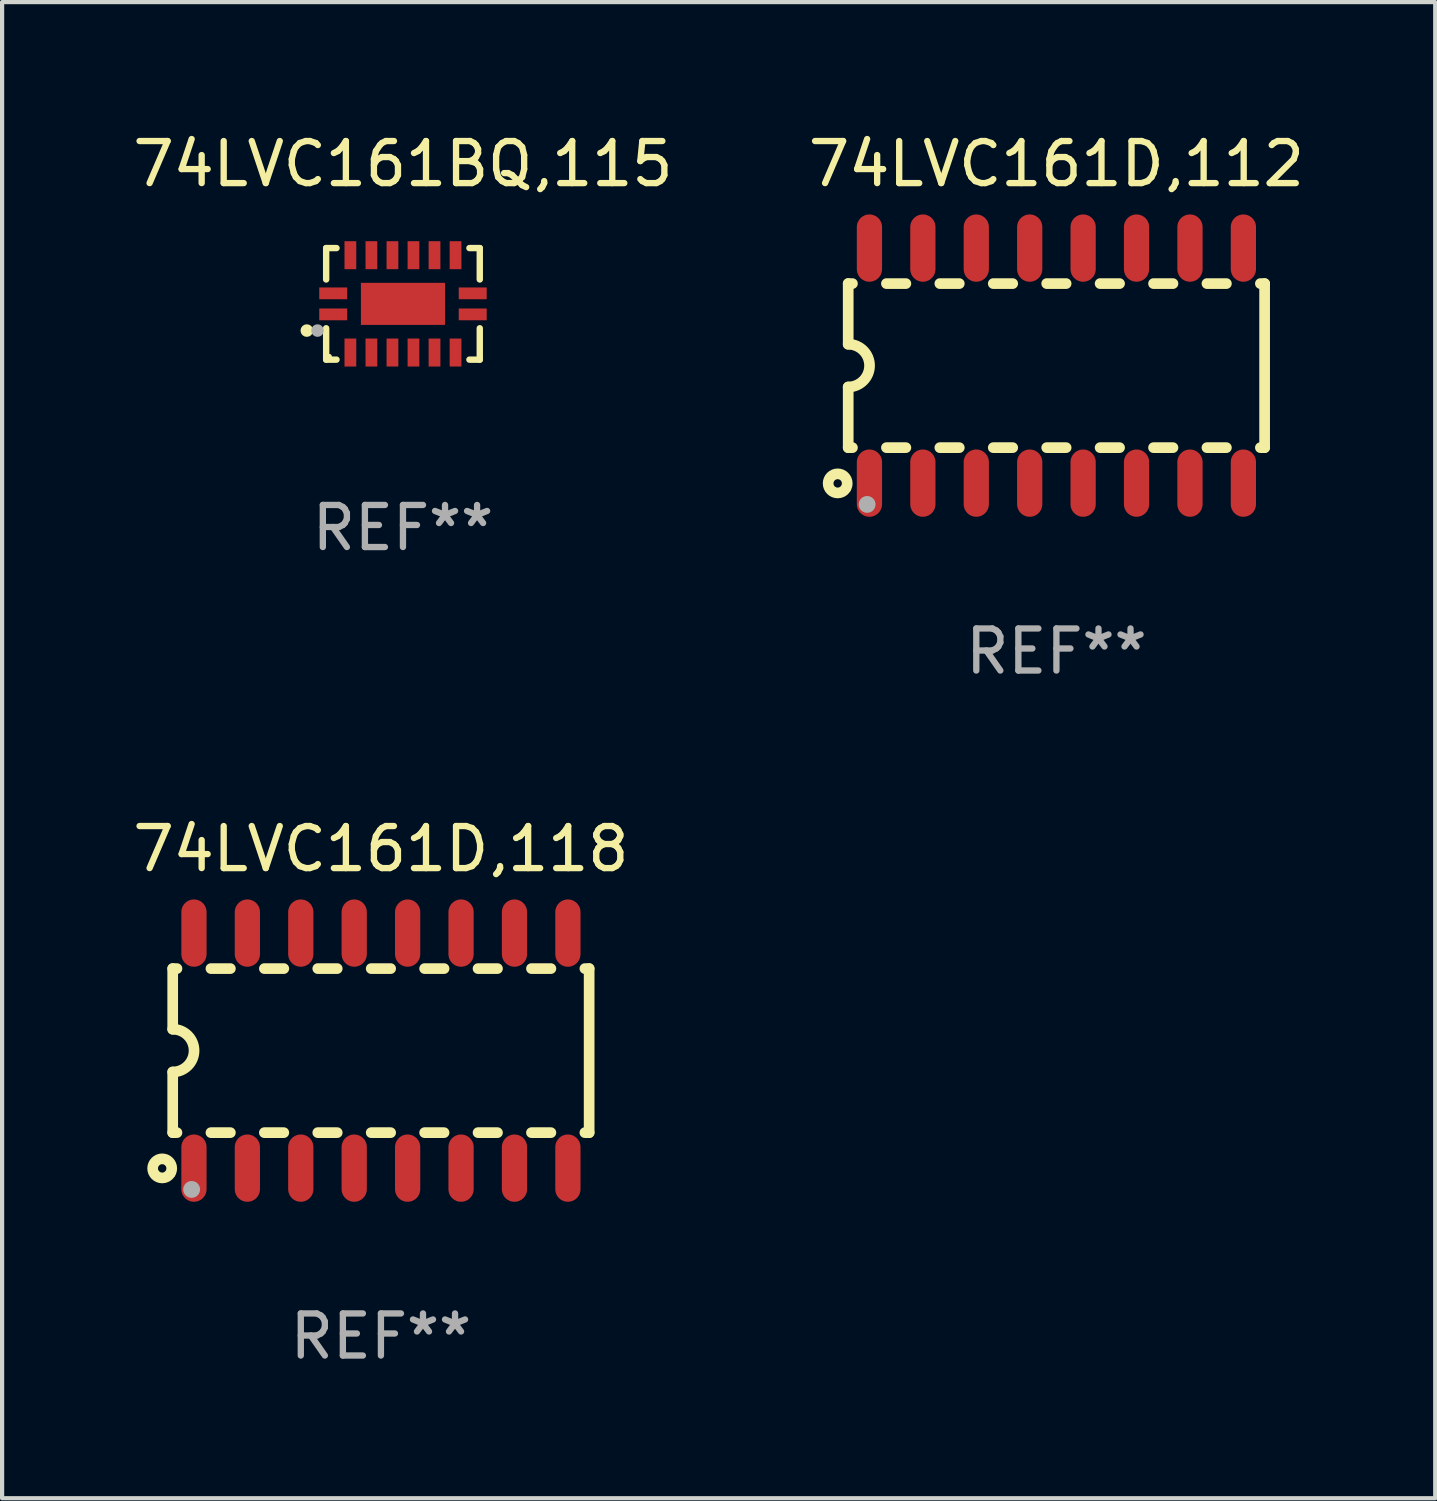
<source format=kicad_pcb>
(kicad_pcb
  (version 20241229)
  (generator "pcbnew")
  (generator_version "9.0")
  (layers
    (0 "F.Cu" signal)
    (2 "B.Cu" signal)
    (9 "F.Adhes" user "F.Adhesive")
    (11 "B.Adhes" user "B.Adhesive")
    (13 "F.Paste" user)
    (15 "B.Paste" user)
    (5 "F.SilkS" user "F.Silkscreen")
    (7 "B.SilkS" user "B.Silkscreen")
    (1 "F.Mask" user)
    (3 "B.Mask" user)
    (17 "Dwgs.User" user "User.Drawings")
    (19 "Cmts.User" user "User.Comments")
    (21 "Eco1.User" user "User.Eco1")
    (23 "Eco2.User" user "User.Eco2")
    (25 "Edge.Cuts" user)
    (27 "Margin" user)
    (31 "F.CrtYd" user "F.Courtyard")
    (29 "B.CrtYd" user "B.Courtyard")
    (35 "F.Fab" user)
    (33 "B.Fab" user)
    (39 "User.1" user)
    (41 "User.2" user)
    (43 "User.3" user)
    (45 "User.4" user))
  (footprint "74LVC161D,118"
    (layer "F.Cu")
    (at 6.006 21.927)
    (property "Reference" "74LVC161D,118" (at 0 -4.794 0) (layer "F.SilkS") (effects (font (size 1 1) (thickness 0.15))))
    (attr through_hole)
    (fp_line (start -4.95 -1.95) (end -4.95 -0.508) (stroke (width 0.254) (type solid)) (layer "F.SilkS"))
    (fp_line (start -4.95 -1.95) (end -4.849 -1.95) (stroke (width 0.254) (type solid)) (layer "F.SilkS"))
    (fp_line (start -4.95 1.95) (end -4.95 0.508) (stroke (width 0.254) (type solid)) (layer "F.SilkS"))
    (fp_line (start -4.95 1.95) (end -4.849 1.95) (stroke (width 0.254) (type solid)) (layer "F.SilkS"))
    (fp_line (start -4.041 -1.95) (end -3.579 -1.95) (stroke (width 0.254) (type solid)) (layer "F.SilkS"))
    (fp_line (start -4.041 1.95) (end -3.579 1.95) (stroke (width 0.254) (type solid)) (layer "F.SilkS"))
    (fp_line (start -2.771 -1.95) (end -2.309 -1.95) (stroke (width 0.254) (type solid)) (layer "F.SilkS"))
    (fp_line (start -2.771 1.95) (end -2.309 1.95) (stroke (width 0.254) (type solid)) (layer "F.SilkS"))
    (fp_line (start -1.501 -1.95) (end -1.039 -1.95) (stroke (width 0.254) (type solid)) (layer "F.SilkS"))
    (fp_line (start -1.501 1.95) (end -1.039 1.95) (stroke (width 0.254) (type solid)) (layer "F.SilkS"))
    (fp_line (start -0.231 -1.95) (end 0.231 -1.95) (stroke (width 0.254) (type solid)) (layer "F.SilkS"))
    (fp_line (start -0.231 1.95) (end 0.231 1.95) (stroke (width 0.254) (type solid)) (layer "F.SilkS"))
    (fp_line (start 1.039 -1.95) (end 1.501 -1.95) (stroke (width 0.254) (type solid)) (layer "F.SilkS"))
    (fp_line (start 1.039 1.95) (end 1.501 1.95) (stroke (width 0.254) (type solid)) (layer "F.SilkS"))
    (fp_line (start 2.309 -1.95) (end 2.771 -1.95) (stroke (width 0.254) (type solid)) (layer "F.SilkS"))
    (fp_line (start 2.309 1.95) (end 2.771 1.95) (stroke (width 0.254) (type solid)) (layer "F.SilkS"))
    (fp_line (start 3.579 -1.95) (end 4.041 -1.95) (stroke (width 0.254) (type solid)) (layer "F.SilkS"))
    (fp_line (start 3.579 1.95) (end 4.041 1.95) (stroke (width 0.254) (type solid)) (layer "F.SilkS"))
    (fp_line (start 4.849 -1.95) (end 4.95 -1.95) (stroke (width 0.254) (type solid)) (layer "F.SilkS"))
    (fp_line (start 4.849 1.95) (end 4.95 1.95) (stroke (width 0.254) (type solid)) (layer "F.SilkS"))
    (fp_line (start 4.95 -1.95) (end 4.95 1.95) (stroke (width 0.254) (type solid)) (layer "F.SilkS"))
    (fp_arc (start -4.95047 -0.508001) (mid -4.442469 -0.000228) (end -4.950013 0.508001) (stroke (width 0.254001) (type solid)) (layer "F.SilkS"))
    (fp_circle (center -5.2 2.8) (end -5.1 2.8) (stroke (width 0.254) (type solid)) (fill no) (layer "F.SilkS"))
    (fp_circle (center -4.95 2.947) (end -4.92 2.947) (stroke (width 0.06) (type solid)) (fill no) (layer "F.SilkS"))
    (fp_circle (center -4.5 3.3) (end -4.4 3.3) (stroke (width 0.2) (type solid)) (fill no) (layer "F.Fab"))
    (fp_text user "REF**" (at 0 6.794 0) (layer "F.Fab") (effects (font (size 1 1) (thickness 0.15))))
    (pad "1" smd oval (at -4.445 2.794) (size 0.6 1.6) (layers "F.Cu" "F.Mask" "F.Paste"))
    (pad "2" smd oval (at -3.175 2.794) (size 0.6 1.6) (layers "F.Cu" "F.Mask" "F.Paste"))
    (pad "3" smd oval (at -1.905 2.794) (size 0.6 1.6) (layers "F.Cu" "F.Mask" "F.Paste"))
    (pad "4" smd oval (at -0.635 2.794) (size 0.6 1.6) (layers "F.Cu" "F.Mask" "F.Paste"))
    (pad "5" smd oval (at 0.635 2.794) (size 0.6 1.6) (layers "F.Cu" "F.Mask" "F.Paste"))
    (pad "6" smd oval (at 1.905 2.794) (size 0.6 1.6) (layers "F.Cu" "F.Mask" "F.Paste"))
    (pad "7" smd oval (at 3.175 2.794) (size 0.6 1.6) (layers "F.Cu" "F.Mask" "F.Paste"))
    (pad "8" smd oval (at 4.445 2.794) (size 0.6 1.6) (layers "F.Cu" "F.Mask" "F.Paste"))
    (pad "9" smd oval (at 4.445 -2.794) (size 0.6 1.6) (layers "F.Cu" "F.Mask" "F.Paste"))
    (pad "10" smd oval (at 3.175 -2.794) (size 0.6 1.6) (layers "F.Cu" "F.Mask" "F.Paste"))
    (pad "11" smd oval (at 1.905 -2.794) (size 0.6 1.6) (layers "F.Cu" "F.Mask" "F.Paste"))
    (pad "12" smd oval (at 0.635 -2.794) (size 0.6 1.6) (layers "F.Cu" "F.Mask" "F.Paste"))
    (pad "13" smd oval (at -0.635 -2.794) (size 0.6 1.6) (layers "F.Cu" "F.Mask" "F.Paste"))
    (pad "14" smd oval (at -1.905 -2.794) (size 0.6 1.6) (layers "F.Cu" "F.Mask" "F.Paste"))
    (pad "15" smd oval (at -3.175 -2.794) (size 0.6 1.6) (layers "F.Cu" "F.Mask" "F.Paste"))
    (pad "16" smd oval (at -4.445 -2.794) (size 0.6 1.6) (layers "F.Cu" "F.Mask" "F.Paste")))
  (footprint "74LVC161D,112"
    (layer "F.Cu")
    (at 22.065 5.642)
    (property "Reference" "74LVC161D,112" (at 0 -4.794 0) (layer "F.SilkS") (effects (font (size 1 1) (thickness 0.15))))
    (attr through_hole)
    (fp_line (start -4.95 -1.95) (end -4.95 -0.508) (stroke (width 0.254) (type solid)) (layer "F.SilkS"))
    (fp_line (start -4.95 -1.95) (end -4.849 -1.95) (stroke (width 0.254) (type solid)) (layer "F.SilkS"))
    (fp_line (start -4.95 1.95) (end -4.95 0.508) (stroke (width 0.254) (type solid)) (layer "F.SilkS"))
    (fp_line (start -4.95 1.95) (end -4.849 1.95) (stroke (width 0.254) (type solid)) (layer "F.SilkS"))
    (fp_line (start -4.041 -1.95) (end -3.579 -1.95) (stroke (width 0.254) (type solid)) (layer "F.SilkS"))
    (fp_line (start -4.041 1.95) (end -3.579 1.95) (stroke (width 0.254) (type solid)) (layer "F.SilkS"))
    (fp_line (start -2.771 -1.95) (end -2.309 -1.95) (stroke (width 0.254) (type solid)) (layer "F.SilkS"))
    (fp_line (start -2.771 1.95) (end -2.309 1.95) (stroke (width 0.254) (type solid)) (layer "F.SilkS"))
    (fp_line (start -1.501 -1.95) (end -1.039 -1.95) (stroke (width 0.254) (type solid)) (layer "F.SilkS"))
    (fp_line (start -1.501 1.95) (end -1.039 1.95) (stroke (width 0.254) (type solid)) (layer "F.SilkS"))
    (fp_line (start -0.231 -1.95) (end 0.231 -1.95) (stroke (width 0.254) (type solid)) (layer "F.SilkS"))
    (fp_line (start -0.231 1.95) (end 0.231 1.95) (stroke (width 0.254) (type solid)) (layer "F.SilkS"))
    (fp_line (start 1.039 -1.95) (end 1.501 -1.95) (stroke (width 0.254) (type solid)) (layer "F.SilkS"))
    (fp_line (start 1.039 1.95) (end 1.501 1.95) (stroke (width 0.254) (type solid)) (layer "F.SilkS"))
    (fp_line (start 2.309 -1.95) (end 2.771 -1.95) (stroke (width 0.254) (type solid)) (layer "F.SilkS"))
    (fp_line (start 2.309 1.95) (end 2.771 1.95) (stroke (width 0.254) (type solid)) (layer "F.SilkS"))
    (fp_line (start 3.579 -1.95) (end 4.041 -1.95) (stroke (width 0.254) (type solid)) (layer "F.SilkS"))
    (fp_line (start 3.579 1.95) (end 4.041 1.95) (stroke (width 0.254) (type solid)) (layer "F.SilkS"))
    (fp_line (start 4.849 -1.95) (end 4.95 -1.95) (stroke (width 0.254) (type solid)) (layer "F.SilkS"))
    (fp_line (start 4.849 1.95) (end 4.95 1.95) (stroke (width 0.254) (type solid)) (layer "F.SilkS"))
    (fp_line (start 4.95 -1.95) (end 4.95 1.95) (stroke (width 0.254) (type solid)) (layer "F.SilkS"))
    (fp_arc (start -4.95047 -0.508001) (mid -4.442469 -0.000228) (end -4.950013 0.508001) (stroke (width 0.254001) (type solid)) (layer "F.SilkS"))
    (fp_circle (center -5.2 2.8) (end -5.1 2.8) (stroke (width 0.254) (type solid)) (fill no) (layer "F.SilkS"))
    (fp_circle (center -4.95 2.947) (end -4.92 2.947) (stroke (width 0.06) (type solid)) (fill no) (layer "F.SilkS"))
    (fp_circle (center -4.5 3.3) (end -4.4 3.3) (stroke (width 0.2) (type solid)) (fill no) (layer "F.Fab"))
    (fp_text user "REF**" (at 0 6.794 0) (layer "F.Fab") (effects (font (size 1 1) (thickness 0.15))))
    (pad "1" smd oval (at -4.445 2.794) (size 0.6 1.6) (layers "F.Cu" "F.Mask" "F.Paste"))
    (pad "2" smd oval (at -3.175 2.794) (size 0.6 1.6) (layers "F.Cu" "F.Mask" "F.Paste"))
    (pad "3" smd oval (at -1.905 2.794) (size 0.6 1.6) (layers "F.Cu" "F.Mask" "F.Paste"))
    (pad "4" smd oval (at -0.635 2.794) (size 0.6 1.6) (layers "F.Cu" "F.Mask" "F.Paste"))
    (pad "5" smd oval (at 0.635 2.794) (size 0.6 1.6) (layers "F.Cu" "F.Mask" "F.Paste"))
    (pad "6" smd oval (at 1.905 2.794) (size 0.6 1.6) (layers "F.Cu" "F.Mask" "F.Paste"))
    (pad "7" smd oval (at 3.175 2.794) (size 0.6 1.6) (layers "F.Cu" "F.Mask" "F.Paste"))
    (pad "8" smd oval (at 4.445 2.794) (size 0.6 1.6) (layers "F.Cu" "F.Mask" "F.Paste"))
    (pad "9" smd oval (at 4.445 -2.794) (size 0.6 1.6) (layers "F.Cu" "F.Mask" "F.Paste"))
    (pad "10" smd oval (at 3.175 -2.794) (size 0.6 1.6) (layers "F.Cu" "F.Mask" "F.Paste"))
    (pad "11" smd oval (at 1.905 -2.794) (size 0.6 1.6) (layers "F.Cu" "F.Mask" "F.Paste"))
    (pad "12" smd oval (at 0.635 -2.794) (size 0.6 1.6) (layers "F.Cu" "F.Mask" "F.Paste"))
    (pad "13" smd oval (at -0.635 -2.794) (size 0.6 1.6) (layers "F.Cu" "F.Mask" "F.Paste"))
    (pad "14" smd oval (at -1.905 -2.794) (size 0.6 1.6) (layers "F.Cu" "F.Mask" "F.Paste"))
    (pad "15" smd oval (at -3.175 -2.794) (size 0.6 1.6) (layers "F.Cu" "F.Mask" "F.Paste"))
    (pad "16" smd oval (at -4.445 -2.794) (size 0.6 1.6) (layers "F.Cu" "F.Mask" "F.Paste")))
  (footprint "74LVC161BQ,115"
    (layer "F.Cu")
    (at 6.53 4.174)
    (property "Reference" "74LVC161BQ,115" (at 0 -3.326 0) (layer "F.SilkS") (effects (font (size 1 1) (thickness 0.15))))
    (attr through_hole)
    (fp_line (start -1.826 -1.326) (end -1.58 -1.326) (stroke (width 0.152) (type solid)) (layer "F.SilkS"))
    (fp_line (start -1.826 -0.58) (end -1.826 -1.326) (stroke (width 0.152) (type solid)) (layer "F.SilkS"))
    (fp_line (start -1.826 0.58) (end -1.826 1.326) (stroke (width 0.152) (type solid)) (layer "F.SilkS"))
    (fp_line (start -1.826 1.326) (end -1.58 1.326) (stroke (width 0.152) (type solid)) (layer "F.SilkS"))
    (fp_line (start 1.826 -1.326) (end 1.58 -1.326) (stroke (width 0.152) (type solid)) (layer "F.SilkS"))
    (fp_line (start 1.826 -0.58) (end 1.826 -1.326) (stroke (width 0.152) (type solid)) (layer "F.SilkS"))
    (fp_line (start 1.826 0.58) (end 1.826 1.326) (stroke (width 0.152) (type solid)) (layer "F.SilkS"))
    (fp_line (start 1.826 1.326) (end 1.58 1.326) (stroke (width 0.152) (type solid)) (layer "F.SilkS"))
    (fp_circle (center -2.286 0.635) (end -2.211 0.635) (stroke (width 0.15) (type solid)) (fill no) (layer "F.SilkS"))
    (fp_circle (center -1.75 1.25) (end -1.72 1.25) (stroke (width 0.06) (type solid)) (fill no) (layer "F.SilkS"))
    (fp_circle (center -2.032 0.635) (end -1.957 0.635) (stroke (width 0.15) (type solid)) (fill no) (layer "F.Fab"))
    (fp_text user "REF**" (at 0 5.326 0) (layer "F.Fab") (effects (font (size 1 1) (thickness 0.15))))
    (pad "1" smd rect (at -1.658 0.25) (size 0.665 0.28) (layers "F.Cu" "F.Mask" "F.Paste"))
    (pad "2" smd rect (at -1.25 1.157) (size 0.28 0.665) (layers "F.Cu" "F.Mask" "F.Paste"))
    (pad "3" smd rect (at -0.75 1.157) (size 0.28 0.665) (layers "F.Cu" "F.Mask" "F.Paste"))
    (pad "4" smd rect (at -0.25 1.157) (size 0.28 0.665) (layers "F.Cu" "F.Mask" "F.Paste"))
    (pad "5" smd rect (at 0.25 1.157) (size 0.28 0.665) (layers "F.Cu" "F.Mask" "F.Paste"))
    (pad "6" smd rect (at 0.75 1.157) (size 0.28 0.665) (layers "F.Cu" "F.Mask" "F.Paste"))
    (pad "7" smd rect (at 1.25 1.157) (size 0.28 0.665) (layers "F.Cu" "F.Mask" "F.Paste"))
    (pad "8" smd rect (at 1.658 0.25) (size 0.665 0.28) (layers "F.Cu" "F.Mask" "F.Paste"))
    (pad "9" smd rect (at 1.658 -0.25) (size 0.665 0.28) (layers "F.Cu" "F.Mask" "F.Paste"))
    (pad "10" smd rect (at 1.25 -1.157) (size 0.28 0.665) (layers "F.Cu" "F.Mask" "F.Paste"))
    (pad "11" smd rect (at 0.75 -1.157) (size 0.28 0.665) (layers "F.Cu" "F.Mask" "F.Paste"))
    (pad "12" smd rect (at 0.25 -1.157) (size 0.28 0.665) (layers "F.Cu" "F.Mask" "F.Paste"))
    (pad "13" smd rect (at -0.25 -1.157) (size 0.28 0.665) (layers "F.Cu" "F.Mask" "F.Paste"))
    (pad "14" smd rect (at -0.75 -1.157) (size 0.28 0.665) (layers "F.Cu" "F.Mask" "F.Paste"))
    (pad "15" smd rect (at -1.25 -1.157) (size 0.28 0.665) (layers "F.Cu" "F.Mask" "F.Paste"))
    (pad "16" smd rect (at -1.658 -0.25) (size 0.665 0.28) (layers "F.Cu" "F.Mask" "F.Paste"))
    (pad "17" smd rect (at 0 0) (size 2 1) (layers "F.Cu" "F.Mask" "F.Paste")))
  (gr_rect
    (start -3 -3)
    (end 31.071 32.569)
    (stroke (width 0.1) (type default))
    (fill no)
    (layer "Edge.Cuts")))
</source>
